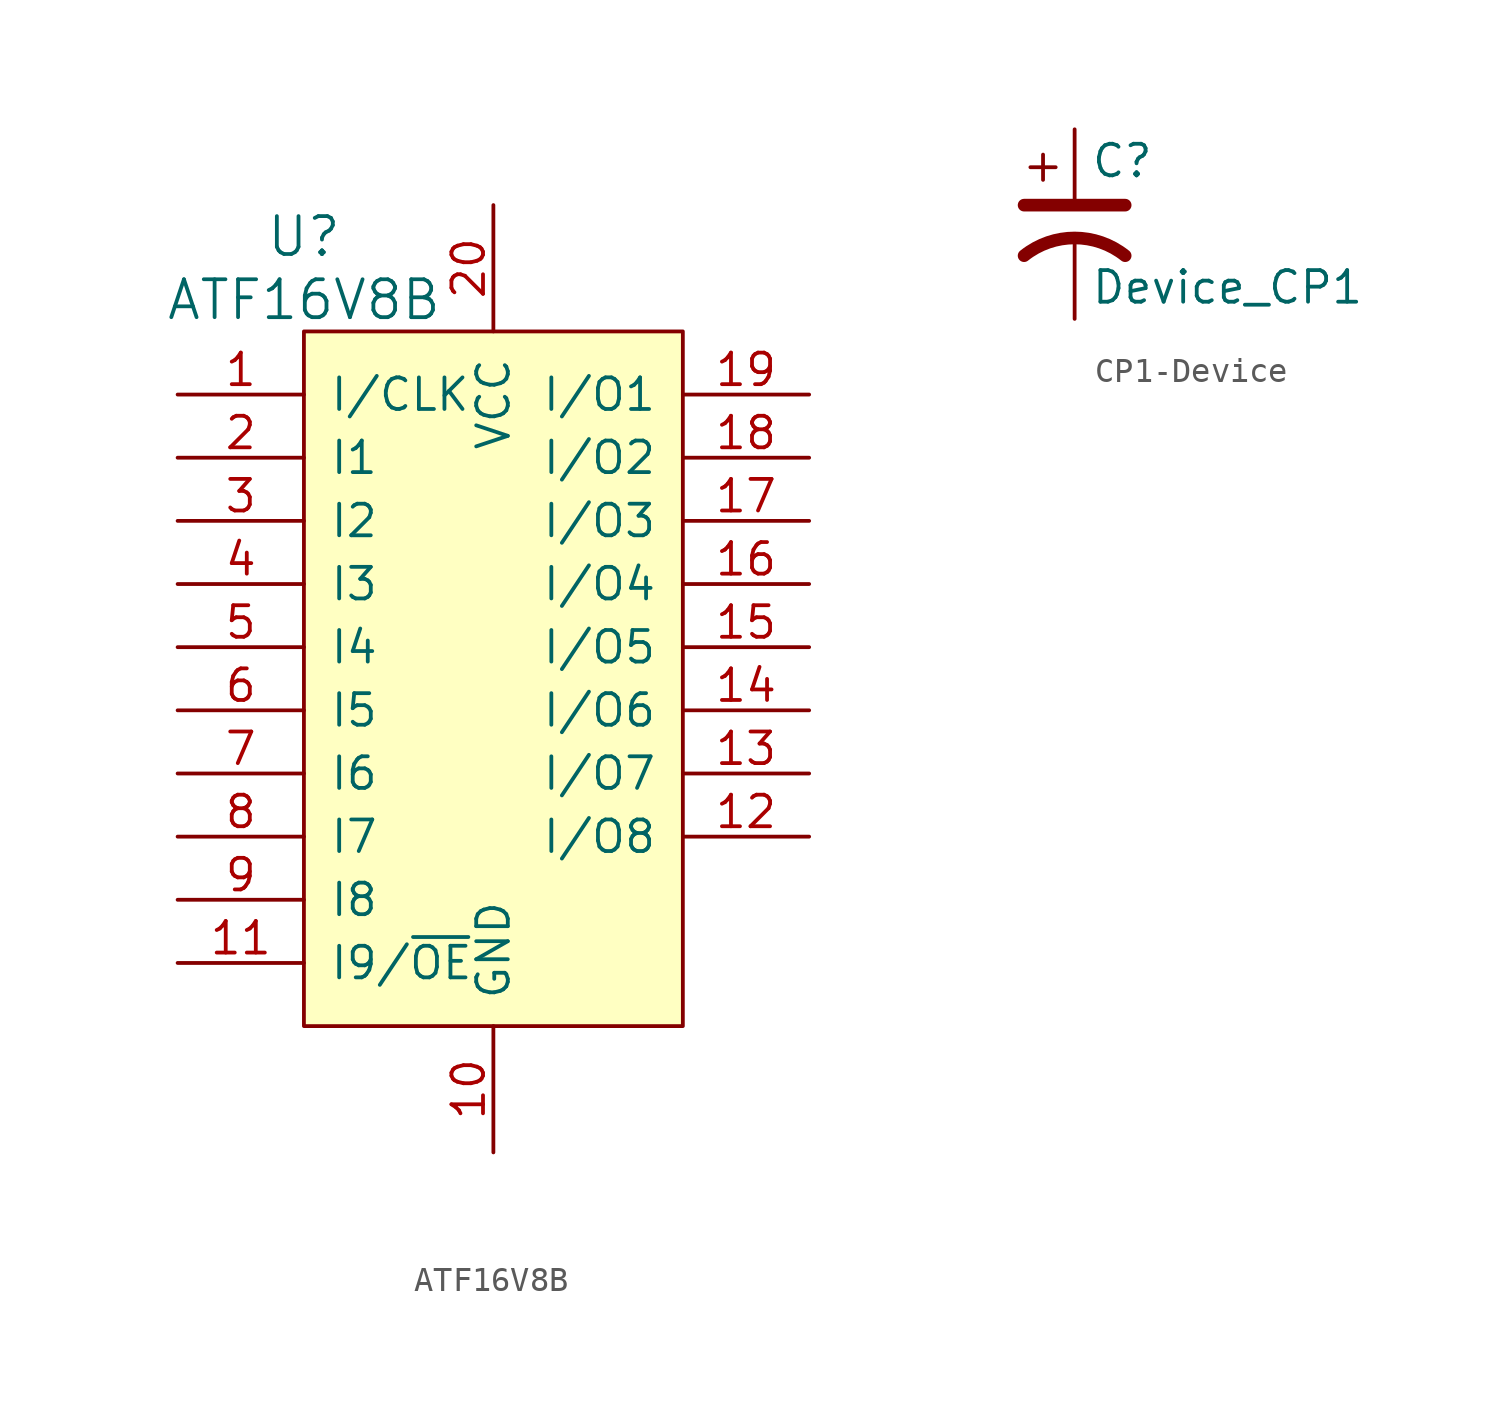
<source format=kicad_sym>
(kicad_symbol_lib
  (version 20241209)
  (generator "kicad_symbol_editor")
  (generator_version "9.0")
  (symbol "ATF16V8B"
    (pin_names
      (offset 1.016))
    (property "Reference" "U"
      (at -7.62 17.78 0)
      (effects (font (size 1.524 1.524))))
    (property "Value" "ATF16V8B"
      (at -7.62 15.24 0)
      (effects (font (size 1.524 1.524))))
    (property "Footprint" ""
      (at 0 -2.54 0)
      (effects (font (size 1.524 1.524))))
    (property "Datasheet" ""
      (at 0 -2.54 0)
      (effects (font (size 1.524 1.524))))
    (symbol "ATF16V8B_0_1"
      (rectangle (start -7.62 13.97) (end 7.62 -13.97) (stroke (width 0) (type default)) (fill (type background))))
    (symbol "ATF16V8B_1_1"
      (pin input line (at -12.7 11.43 0) (length 5.08) (name "I/CLK" (effects (font (size 1.27 1.27)))) (number "1" (effects (font (size 1.27 1.27)))))
      (pin input line (at -12.7 8.89 0) (length 5.08) (name "I1" (effects (font (size 1.27 1.27)))) (number "2" (effects (font (size 1.27 1.27)))))
      (pin input line (at -12.7 6.35 0) (length 5.08) (name "I2" (effects (font (size 1.27 1.27)))) (number "3" (effects (font (size 1.27 1.27)))))
      (pin input line (at -12.7 3.81 0) (length 5.08) (name "I3" (effects (font (size 1.27 1.27)))) (number "4" (effects (font (size 1.27 1.27)))))
      (pin input line (at -12.7 1.27 0) (length 5.08) (name "I4" (effects (font (size 1.27 1.27)))) (number "5" (effects (font (size 1.27 1.27)))))
      (pin input line (at -12.7 -1.27 0) (length 5.08) (name "I5" (effects (font (size 1.27 1.27)))) (number "6" (effects (font (size 1.27 1.27)))))
      (pin input line (at -12.7 -3.81 0) (length 5.08) (name "I6" (effects (font (size 1.27 1.27)))) (number "7" (effects (font (size 1.27 1.27)))))
      (pin input line (at -12.7 -6.35 0) (length 5.08) (name "I7" (effects (font (size 1.27 1.27)))) (number "8" (effects (font (size 1.27 1.27)))))
      (pin input line (at -12.7 -8.89 0) (length 5.08) (name "I8" (effects (font (size 1.27 1.27)))) (number "9" (effects (font (size 1.27 1.27)))))
      (pin input line (at -12.7 -11.43 0) (length 5.08) (name "I9/~{OE}" (effects (font (size 1.27 1.27)))) (number "11" (effects (font (size 1.27 1.27)))))
      (pin power_in line (at 0 19.05 270) (length 5.08) (name "VCC" (effects (font (size 1.27 1.27)))) (number "20" (effects (font (size 1.27 1.27)))))
      (pin power_in line (at 0 -19.05 90) (length 5.08) (name "GND" (effects (font (size 1.27 1.27)))) (number "10" (effects (font (size 1.27 1.27)))))
      (pin bidirectional line (at 12.7 11.43 180) (length 5.08) (name "I/O1" (effects (font (size 1.27 1.27)))) (number "19" (effects (font (size 1.27 1.27)))))
      (pin bidirectional line (at 12.7 8.89 180) (length 5.08) (name "I/O2" (effects (font (size 1.27 1.27)))) (number "18" (effects (font (size 1.27 1.27)))))
      (pin bidirectional line (at 12.7 6.35 180) (length 5.08) (name "I/O3" (effects (font (size 1.27 1.27)))) (number "17" (effects (font (size 1.27 1.27)))))
      (pin bidirectional line (at 12.7 3.81 180) (length 5.08) (name "I/O4" (effects (font (size 1.27 1.27)))) (number "16" (effects (font (size 1.27 1.27)))))
      (pin bidirectional line (at 12.7 1.27 180) (length 5.08) (name "I/O5" (effects (font (size 1.27 1.27)))) (number "15" (effects (font (size 1.27 1.27)))))
      (pin bidirectional line (at 12.7 -1.27 180) (length 5.08) (name "I/O6" (effects (font (size 1.27 1.27)))) (number "14" (effects (font (size 1.27 1.27)))))
      (pin bidirectional line (at 12.7 -3.81 180) (length 5.08) (name "I/O7" (effects (font (size 1.27 1.27)))) (number "13" (effects (font (size 1.27 1.27)))))
      (pin bidirectional line (at 12.7 -6.35 180) (length 5.08) (name "I/O8" (effects (font (size 1.27 1.27)))) (number "12" (effects (font (size 1.27 1.27)))))))
  (symbol "CP1-Device"
    (pin_numbers
      (hide yes))
    (pin_names
      (offset 0.254)
      (hide yes))
    (property "Reference" "C"
      (at 0.635 2.54 0)
      (effects (font (size 1.27 1.27)) (justify left)))
    (property "Value" "Device_CP1"
      (at 0.635 -2.54 0)
      (effects (font (size 1.27 1.27)) (justify left)))
    (symbol "CP1-Device_0_1"
      (polyline (pts (xy -2.032 0.762) (xy 2.032 0.762)) (stroke (width 0.508) (type solid)) (fill (type none)))
      (polyline (pts (xy -1.778 2.286) (xy -0.762 2.286)) (stroke (width 0) (type solid)) (fill (type none)))
      (polyline (pts (xy -1.27 1.778) (xy -1.27 2.794)) (stroke (width 0) (type solid)) (fill (type none)))
      (arc (start -2.032 -1.27) (mid 0 -0.5572) (end 2.032 -1.27) (stroke (width 0.508) (type solid)) (fill (type none))))
    (symbol "CP1-Device_1_1"
      (pin passive line (at 0 3.81 270) (length 2.794) (name "~" (effects (font (size 1.27 1.27)))) (number "1" (effects (font (size 1.27 1.27)))))
      (pin passive line (at 0 -3.81 90) (length 3.302) (name "~" (effects (font (size 1.27 1.27)))) (number "2" (effects (font (size 1.27 1.27))))))))
</source>
